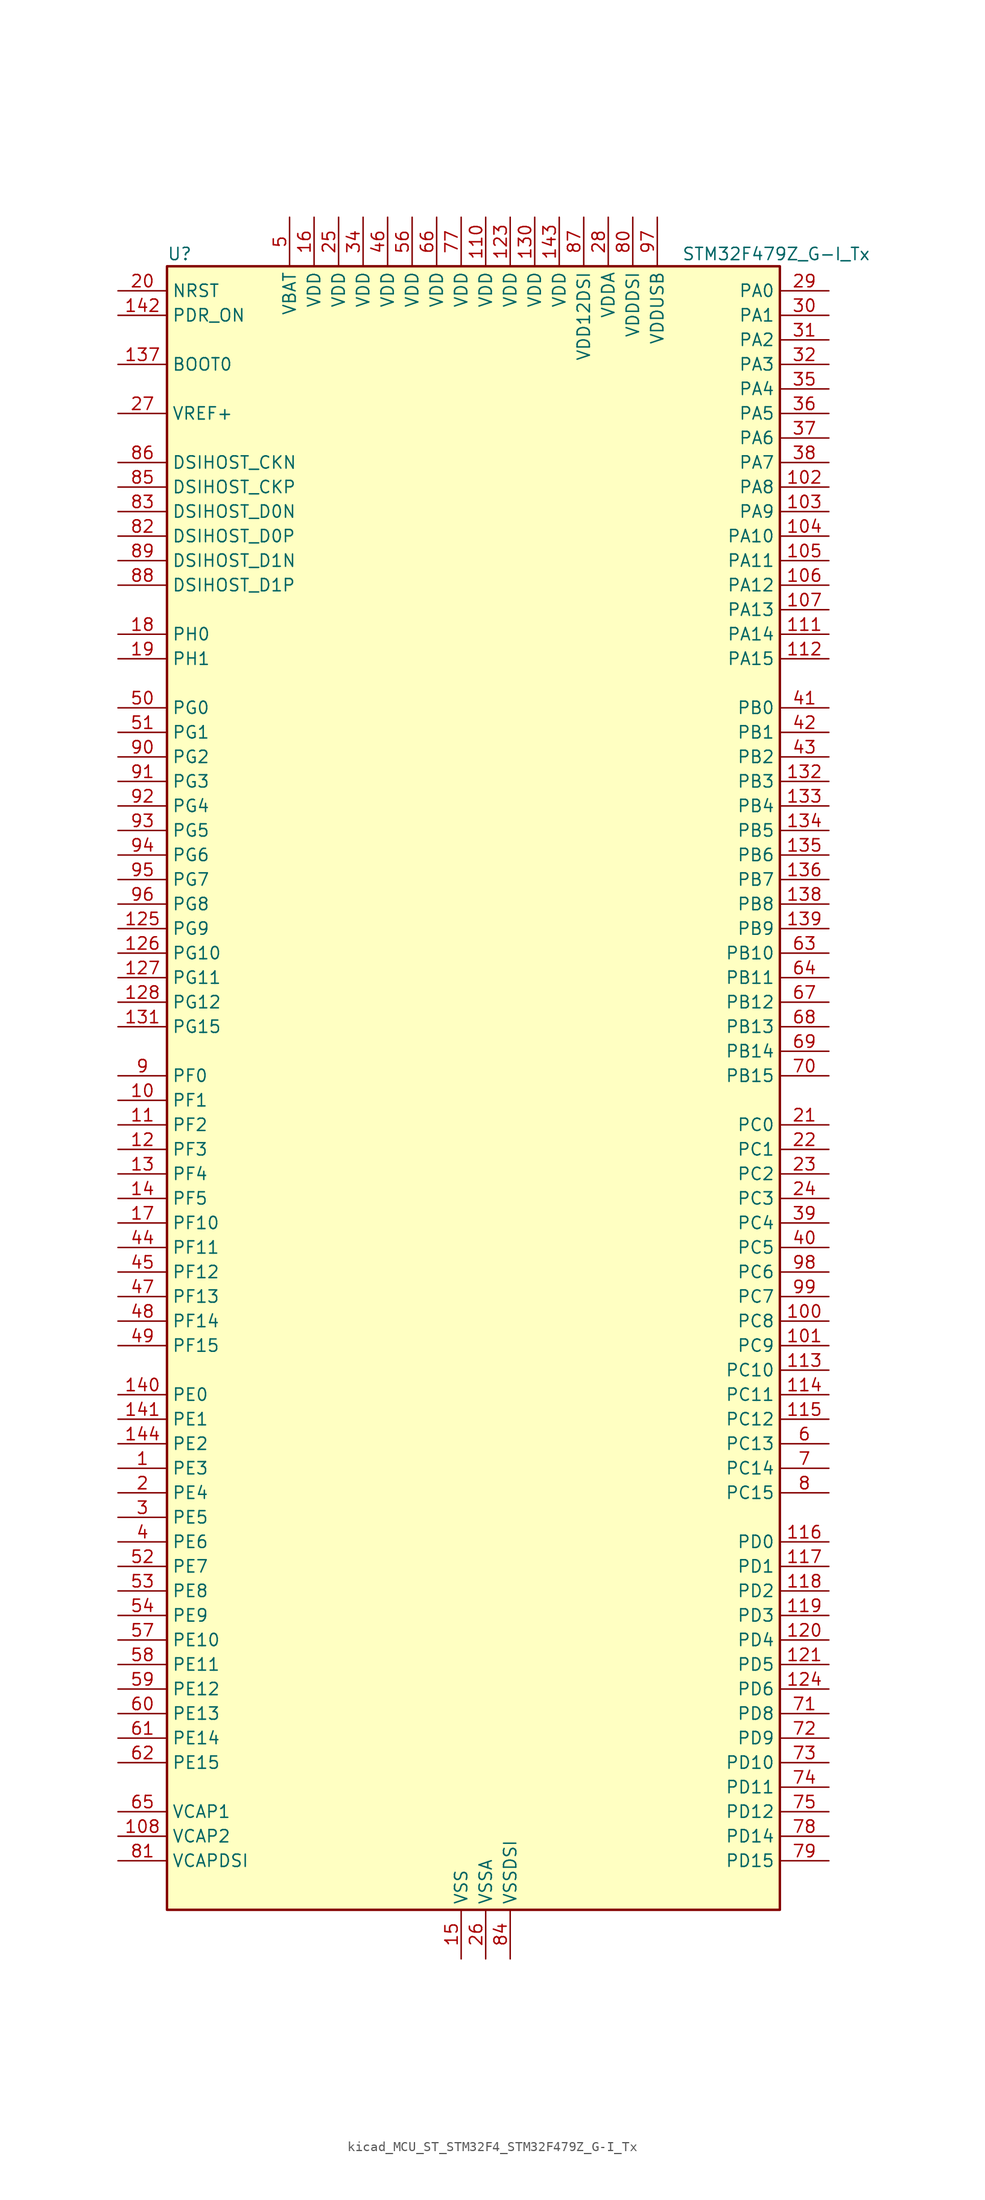
<source format=kicad_sym>
(kicad_symbol_lib
  (version 20220914)
  (generator kicad_symbol_editor)
  (symbol "kicad_MCU_ST_STM32F4_STM32F479Z_G-I_Tx"
    (property "Reference" "U"
      (at -30.48 87.63 0)
      (effects (font (size 1.27 1.27)) (justify left)))
    (property "Value" "STM32F479Z_G-I_Tx"
      (at 22.86 87.63 0)
      (effects (font (size 1.27 1.27)) (justify left)))
    (property "ki_locked" ""
      (at 0 0 0)
      (effects (font (size 1.27 1.27))))
    (symbol "kicad_MCU_ST_STM32F4_STM32F479Z_G-I_Tx_0_1"
      (rectangle (start -30.48 -83.82) (end 33.02 86.36) (stroke (width 0.254) (type default)) (fill (type background))))
    (symbol "kicad_MCU_ST_STM32F4_STM32F479Z_G-I_Tx_1_1"
      (pin bidirectional line (at -35.56 -38.1 0) (length 5.08) (name "PE3" (effects (font (size 1.27 1.27)))) (number "1" (effects (font (size 1.27 1.27)))) (alternate "FMC_A19" bidirectional line) (alternate "SAI1_SD_B" bidirectional line) (alternate "SYS_TRACED0" bidirectional line))
      (pin bidirectional line (at -35.56 0 0) (length 5.08) (name "PF1" (effects (font (size 1.27 1.27)))) (number "10" (effects (font (size 1.27 1.27)))) (alternate "FMC_A1" bidirectional line) (alternate "I2C2_SCL" bidirectional line))
      (pin bidirectional line (at 38.1 -22.86 180) (length 5.08) (name "PC8" (effects (font (size 1.27 1.27)))) (number "100" (effects (font (size 1.27 1.27)))) (alternate "DCMI_D2" bidirectional line) (alternate "SDIO_D0" bidirectional line) (alternate "SYS_TRACED1" bidirectional line) (alternate "TIM3_CH3" bidirectional line) (alternate "TIM8_CH3" bidirectional line) (alternate "USART6_CK" bidirectional line))
      (pin bidirectional line (at 38.1 -25.4 180) (length 5.08) (name "PC9" (effects (font (size 1.27 1.27)))) (number "101" (effects (font (size 1.27 1.27)))) (alternate "DAC_EXTI9" bidirectional line) (alternate "DCMI_D3" bidirectional line) (alternate "I2C3_SDA" bidirectional line) (alternate "I2S_CKIN" bidirectional line) (alternate "QUADSPI_BK1_IO0" bidirectional line) (alternate "RCC_MCO_2" bidirectional line) (alternate "SDIO_D1" bidirectional line) (alternate "TIM3_CH4" bidirectional line) (alternate "TIM8_CH4" bidirectional line))
      (pin bidirectional line (at 38.1 63.5 180) (length 5.08) (name "PA8" (effects (font (size 1.27 1.27)))) (number "102" (effects (font (size 1.27 1.27)))) (alternate "I2C3_SCL" bidirectional line) (alternate "LTDC_R6" bidirectional line) (alternate "RCC_MCO_1" bidirectional line) (alternate "TIM1_CH1" bidirectional line) (alternate "USART1_CK" bidirectional line) (alternate "USB_OTG_FS_SOF" bidirectional line))
      (pin bidirectional line (at 38.1 60.96 180) (length 5.08) (name "PA9" (effects (font (size 1.27 1.27)))) (number "103" (effects (font (size 1.27 1.27)))) (alternate "DAC_EXTI9" bidirectional line) (alternate "DCMI_D0" bidirectional line) (alternate "I2C3_SMBA" bidirectional line) (alternate "I2S2_CK" bidirectional line) (alternate "SPI2_SCK" bidirectional line) (alternate "TIM1_CH2" bidirectional line) (alternate "USART1_TX" bidirectional line) (alternate "USB_OTG_FS_VBUS" bidirectional line))
      (pin bidirectional line (at 38.1 58.42 180) (length 5.08) (name "PA10" (effects (font (size 1.27 1.27)))) (number "104" (effects (font (size 1.27 1.27)))) (alternate "DCMI_D1" bidirectional line) (alternate "TIM1_CH3" bidirectional line) (alternate "USART1_RX" bidirectional line) (alternate "USB_OTG_FS_ID" bidirectional line))
      (pin bidirectional line (at 38.1 55.88 180) (length 5.08) (name "PA11" (effects (font (size 1.27 1.27)))) (number "105" (effects (font (size 1.27 1.27)))) (alternate "ADC1_EXTI11" bidirectional line) (alternate "ADC2_EXTI11" bidirectional line) (alternate "ADC3_EXTI11" bidirectional line) (alternate "CAN1_RX" bidirectional line) (alternate "LTDC_R4" bidirectional line) (alternate "TIM1_CH4" bidirectional line) (alternate "USART1_CTS" bidirectional line) (alternate "USB_OTG_FS_DM" bidirectional line))
      (pin bidirectional line (at 38.1 53.34 180) (length 5.08) (name "PA12" (effects (font (size 1.27 1.27)))) (number "106" (effects (font (size 1.27 1.27)))) (alternate "CAN1_TX" bidirectional line) (alternate "LTDC_R5" bidirectional line) (alternate "TIM1_ETR" bidirectional line) (alternate "USART1_RTS" bidirectional line) (alternate "USB_OTG_FS_DP" bidirectional line))
      (pin bidirectional line (at 38.1 50.8 180) (length 5.08) (name "PA13" (effects (font (size 1.27 1.27)))) (number "107" (effects (font (size 1.27 1.27)))) (alternate "SYS_JTMS-SWDIO" bidirectional line))
      (pin power_out line (at -35.56 -76.2 0) (length 5.08) (name "VCAP2" (effects (font (size 1.27 1.27)))) (number "108" (effects (font (size 1.27 1.27)))))
      (pin passive line (at 0 -88.9 90) (length 5.08) hide (name "VSS" (effects (font (size 1.27 1.27)))) (number "109" (effects (font (size 1.27 1.27)))))
      (pin bidirectional line (at -35.56 -2.54 0) (length 5.08) (name "PF2" (effects (font (size 1.27 1.27)))) (number "11" (effects (font (size 1.27 1.27)))) (alternate "FMC_A2" bidirectional line) (alternate "I2C2_SMBA" bidirectional line))
      (pin power_in line (at 2.54 91.44 270) (length 5.08) (name "VDD" (effects (font (size 1.27 1.27)))) (number "110" (effects (font (size 1.27 1.27)))))
      (pin bidirectional line (at 38.1 48.26 180) (length 5.08) (name "PA14" (effects (font (size 1.27 1.27)))) (number "111" (effects (font (size 1.27 1.27)))) (alternate "SYS_JTCK-SWCLK" bidirectional line))
      (pin bidirectional line (at 38.1 45.72 180) (length 5.08) (name "PA15" (effects (font (size 1.27 1.27)))) (number "112" (effects (font (size 1.27 1.27)))) (alternate "ADC1_EXTI15" bidirectional line) (alternate "ADC2_EXTI15" bidirectional line) (alternate "ADC3_EXTI15" bidirectional line) (alternate "I2S3_WS" bidirectional line) (alternate "SPI1_NSS" bidirectional line) (alternate "SPI3_NSS" bidirectional line) (alternate "SYS_JTDI" bidirectional line) (alternate "TIM2_CH1" bidirectional line) (alternate "TIM2_ETR" bidirectional line))
      (pin bidirectional line (at 38.1 -27.94 180) (length 5.08) (name "PC10" (effects (font (size 1.27 1.27)))) (number "113" (effects (font (size 1.27 1.27)))) (alternate "DCMI_D8" bidirectional line) (alternate "I2S3_CK" bidirectional line) (alternate "LTDC_R2" bidirectional line) (alternate "QUADSPI_BK1_IO1" bidirectional line) (alternate "SDIO_D2" bidirectional line) (alternate "SPI3_SCK" bidirectional line) (alternate "UART4_TX" bidirectional line) (alternate "USART3_TX" bidirectional line))
      (pin bidirectional line (at 38.1 -30.48 180) (length 5.08) (name "PC11" (effects (font (size 1.27 1.27)))) (number "114" (effects (font (size 1.27 1.27)))) (alternate "ADC1_EXTI11" bidirectional line) (alternate "ADC2_EXTI11" bidirectional line) (alternate "ADC3_EXTI11" bidirectional line) (alternate "DCMI_D4" bidirectional line) (alternate "I2S3_ext_SD" bidirectional line) (alternate "QUADSPI_BK2_NCS" bidirectional line) (alternate "SDIO_D3" bidirectional line) (alternate "SPI3_MISO" bidirectional line) (alternate "UART4_RX" bidirectional line) (alternate "USART3_RX" bidirectional line))
      (pin bidirectional line (at 38.1 -33.02 180) (length 5.08) (name "PC12" (effects (font (size 1.27 1.27)))) (number "115" (effects (font (size 1.27 1.27)))) (alternate "DCMI_D9" bidirectional line) (alternate "I2S3_SD" bidirectional line) (alternate "SDIO_CK" bidirectional line) (alternate "SPI3_MOSI" bidirectional line) (alternate "SYS_TRACED3" bidirectional line) (alternate "UART5_TX" bidirectional line) (alternate "USART3_CK" bidirectional line))
      (pin bidirectional line (at 38.1 -45.72 180) (length 5.08) (name "PD0" (effects (font (size 1.27 1.27)))) (number "116" (effects (font (size 1.27 1.27)))) (alternate "CAN1_RX" bidirectional line) (alternate "FMC_D2" bidirectional line) (alternate "FMC_DA2" bidirectional line))
      (pin bidirectional line (at 38.1 -48.26 180) (length 5.08) (name "PD1" (effects (font (size 1.27 1.27)))) (number "117" (effects (font (size 1.27 1.27)))) (alternate "CAN1_TX" bidirectional line) (alternate "FMC_D3" bidirectional line) (alternate "FMC_DA3" bidirectional line))
      (pin bidirectional line (at 38.1 -50.8 180) (length 5.08) (name "PD2" (effects (font (size 1.27 1.27)))) (number "118" (effects (font (size 1.27 1.27)))) (alternate "DCMI_D11" bidirectional line) (alternate "SDIO_CMD" bidirectional line) (alternate "SYS_TRACED2" bidirectional line) (alternate "TIM3_ETR" bidirectional line) (alternate "UART5_RX" bidirectional line))
      (pin bidirectional line (at 38.1 -53.34 180) (length 5.08) (name "PD3" (effects (font (size 1.27 1.27)))) (number "119" (effects (font (size 1.27 1.27)))) (alternate "DCMI_D5" bidirectional line) (alternate "FMC_CLK" bidirectional line) (alternate "I2S2_CK" bidirectional line) (alternate "LTDC_G7" bidirectional line) (alternate "SPI2_SCK" bidirectional line) (alternate "USART2_CTS" bidirectional line))
      (pin bidirectional line (at -35.56 -5.08 0) (length 5.08) (name "PF3" (effects (font (size 1.27 1.27)))) (number "12" (effects (font (size 1.27 1.27)))) (alternate "ADC3_IN9" bidirectional line) (alternate "FMC_A3" bidirectional line))
      (pin bidirectional line (at 38.1 -55.88 180) (length 5.08) (name "PD4" (effects (font (size 1.27 1.27)))) (number "120" (effects (font (size 1.27 1.27)))) (alternate "FMC_NOE" bidirectional line) (alternate "USART2_RTS" bidirectional line))
      (pin bidirectional line (at 38.1 -58.42 180) (length 5.08) (name "PD5" (effects (font (size 1.27 1.27)))) (number "121" (effects (font (size 1.27 1.27)))) (alternate "FMC_NWE" bidirectional line) (alternate "USART2_TX" bidirectional line))
      (pin passive line (at 0 -88.9 90) (length 5.08) hide (name "VSS" (effects (font (size 1.27 1.27)))) (number "122" (effects (font (size 1.27 1.27)))))
      (pin power_in line (at 5.08 91.44 270) (length 5.08) (name "VDD" (effects (font (size 1.27 1.27)))) (number "123" (effects (font (size 1.27 1.27)))))
      (pin bidirectional line (at 38.1 -60.96 180) (length 5.08) (name "PD6" (effects (font (size 1.27 1.27)))) (number "124" (effects (font (size 1.27 1.27)))) (alternate "DCMI_D10" bidirectional line) (alternate "FMC_NWAIT" bidirectional line) (alternate "I2S3_SD" bidirectional line) (alternate "LTDC_B2" bidirectional line) (alternate "SAI1_SD_A" bidirectional line) (alternate "SPI3_MOSI" bidirectional line) (alternate "USART2_RX" bidirectional line))
      (pin bidirectional line (at -35.56 17.78 0) (length 5.08) (name "PG9" (effects (font (size 1.27 1.27)))) (number "125" (effects (font (size 1.27 1.27)))) (alternate "DAC_EXTI9" bidirectional line) (alternate "DCMI_VSYNC" bidirectional line) (alternate "FMC_NCE" bidirectional line) (alternate "FMC_NE2" bidirectional line) (alternate "QUADSPI_BK2_IO2" bidirectional line) (alternate "USART6_RX" bidirectional line))
      (pin bidirectional line (at -35.56 15.24 0) (length 5.08) (name "PG10" (effects (font (size 1.27 1.27)))) (number "126" (effects (font (size 1.27 1.27)))) (alternate "DCMI_D2" bidirectional line) (alternate "FMC_NE3" bidirectional line) (alternate "LTDC_B2" bidirectional line) (alternate "LTDC_G3" bidirectional line))
      (pin bidirectional line (at -35.56 12.7 0) (length 5.08) (name "PG11" (effects (font (size 1.27 1.27)))) (number "127" (effects (font (size 1.27 1.27)))) (alternate "ADC1_EXTI11" bidirectional line) (alternate "ADC2_EXTI11" bidirectional line) (alternate "ADC3_EXTI11" bidirectional line) (alternate "DCMI_D3" bidirectional line) (alternate "LTDC_B3" bidirectional line))
      (pin bidirectional line (at -35.56 10.16 0) (length 5.08) (name "PG12" (effects (font (size 1.27 1.27)))) (number "128" (effects (font (size 1.27 1.27)))) (alternate "FMC_NE4" bidirectional line) (alternate "LTDC_B1" bidirectional line) (alternate "LTDC_B4" bidirectional line) (alternate "USART6_RTS" bidirectional line))
      (pin passive line (at 0 -88.9 90) (length 5.08) hide (name "VSS" (effects (font (size 1.27 1.27)))) (number "129" (effects (font (size 1.27 1.27)))))
      (pin bidirectional line (at -35.56 -7.62 0) (length 5.08) (name "PF4" (effects (font (size 1.27 1.27)))) (number "13" (effects (font (size 1.27 1.27)))) (alternate "ADC3_IN14" bidirectional line) (alternate "FMC_A4" bidirectional line))
      (pin power_in line (at 7.62 91.44 270) (length 5.08) (name "VDD" (effects (font (size 1.27 1.27)))) (number "130" (effects (font (size 1.27 1.27)))))
      (pin bidirectional line (at -35.56 7.62 0) (length 5.08) (name "PG15" (effects (font (size 1.27 1.27)))) (number "131" (effects (font (size 1.27 1.27)))) (alternate "ADC1_EXTI15" bidirectional line) (alternate "ADC2_EXTI15" bidirectional line) (alternate "ADC3_EXTI15" bidirectional line) (alternate "DCMI_D13" bidirectional line) (alternate "FMC_SDNCAS" bidirectional line) (alternate "USART6_CTS" bidirectional line))
      (pin bidirectional line (at 38.1 33.02 180) (length 5.08) (name "PB3" (effects (font (size 1.27 1.27)))) (number "132" (effects (font (size 1.27 1.27)))) (alternate "I2S3_CK" bidirectional line) (alternate "SPI1_SCK" bidirectional line) (alternate "SPI3_SCK" bidirectional line) (alternate "SYS_JTDO-SWO" bidirectional line) (alternate "TIM2_CH2" bidirectional line))
      (pin bidirectional line (at 38.1 30.48 180) (length 5.08) (name "PB4" (effects (font (size 1.27 1.27)))) (number "133" (effects (font (size 1.27 1.27)))) (alternate "I2S3_ext_SD" bidirectional line) (alternate "SPI1_MISO" bidirectional line) (alternate "SPI3_MISO" bidirectional line) (alternate "SYS_JTRST" bidirectional line) (alternate "TIM3_CH1" bidirectional line))
      (pin bidirectional line (at 38.1 27.94 180) (length 5.08) (name "PB5" (effects (font (size 1.27 1.27)))) (number "134" (effects (font (size 1.27 1.27)))) (alternate "CAN2_RX" bidirectional line) (alternate "DCMI_D10" bidirectional line) (alternate "FMC_SDCKE1" bidirectional line) (alternate "I2C1_SMBA" bidirectional line) (alternate "I2S3_SD" bidirectional line) (alternate "LTDC_G7" bidirectional line) (alternate "SPI1_MOSI" bidirectional line) (alternate "SPI3_MOSI" bidirectional line) (alternate "TIM3_CH2" bidirectional line) (alternate "USB_OTG_HS_ULPI_D7" bidirectional line))
      (pin bidirectional line (at 38.1 25.4 180) (length 5.08) (name "PB6" (effects (font (size 1.27 1.27)))) (number "135" (effects (font (size 1.27 1.27)))) (alternate "CAN2_TX" bidirectional line) (alternate "DCMI_D5" bidirectional line) (alternate "FMC_SDNE1" bidirectional line) (alternate "I2C1_SCL" bidirectional line) (alternate "QUADSPI_BK1_NCS" bidirectional line) (alternate "TIM4_CH1" bidirectional line) (alternate "USART1_TX" bidirectional line))
      (pin bidirectional line (at 38.1 22.86 180) (length 5.08) (name "PB7" (effects (font (size 1.27 1.27)))) (number "136" (effects (font (size 1.27 1.27)))) (alternate "DCMI_VSYNC" bidirectional line) (alternate "FMC_NL" bidirectional line) (alternate "I2C1_SDA" bidirectional line) (alternate "TIM4_CH2" bidirectional line) (alternate "USART1_RX" bidirectional line))
      (pin input line (at -35.56 76.2 0) (length 5.08) (name "BOOT0" (effects (font (size 1.27 1.27)))) (number "137" (effects (font (size 1.27 1.27)))))
      (pin bidirectional line (at 38.1 20.32 180) (length 5.08) (name "PB8" (effects (font (size 1.27 1.27)))) (number "138" (effects (font (size 1.27 1.27)))) (alternate "CAN1_RX" bidirectional line) (alternate "DCMI_D6" bidirectional line) (alternate "I2C1_SCL" bidirectional line) (alternate "LTDC_B6" bidirectional line) (alternate "SDIO_D4" bidirectional line) (alternate "TIM10_CH1" bidirectional line) (alternate "TIM4_CH3" bidirectional line))
      (pin bidirectional line (at 38.1 17.78 180) (length 5.08) (name "PB9" (effects (font (size 1.27 1.27)))) (number "139" (effects (font (size 1.27 1.27)))) (alternate "CAN1_TX" bidirectional line) (alternate "DAC_EXTI9" bidirectional line) (alternate "DCMI_D7" bidirectional line) (alternate "I2C1_SDA" bidirectional line) (alternate "I2S2_WS" bidirectional line) (alternate "LTDC_B7" bidirectional line) (alternate "SDIO_D5" bidirectional line) (alternate "SPI2_NSS" bidirectional line) (alternate "TIM11_CH1" bidirectional line) (alternate "TIM4_CH4" bidirectional line))
      (pin bidirectional line (at -35.56 -10.16 0) (length 5.08) (name "PF5" (effects (font (size 1.27 1.27)))) (number "14" (effects (font (size 1.27 1.27)))) (alternate "ADC3_IN15" bidirectional line) (alternate "FMC_A5" bidirectional line))
      (pin bidirectional line (at -35.56 -30.48 0) (length 5.08) (name "PE0" (effects (font (size 1.27 1.27)))) (number "140" (effects (font (size 1.27 1.27)))) (alternate "DCMI_D2" bidirectional line) (alternate "FMC_NBL0" bidirectional line) (alternate "TIM4_ETR" bidirectional line) (alternate "UART8_RX" bidirectional line))
      (pin bidirectional line (at -35.56 -33.02 0) (length 5.08) (name "PE1" (effects (font (size 1.27 1.27)))) (number "141" (effects (font (size 1.27 1.27)))) (alternate "DCMI_D3" bidirectional line) (alternate "FMC_NBL1" bidirectional line) (alternate "UART8_TX" bidirectional line))
      (pin input line (at -35.56 81.28 0) (length 5.08) (name "PDR_ON" (effects (font (size 1.27 1.27)))) (number "142" (effects (font (size 1.27 1.27)))))
      (pin power_in line (at 10.16 91.44 270) (length 5.08) (name "VDD" (effects (font (size 1.27 1.27)))) (number "143" (effects (font (size 1.27 1.27)))))
      (pin bidirectional line (at -35.56 -35.56 0) (length 5.08) (name "PE2" (effects (font (size 1.27 1.27)))) (number "144" (effects (font (size 1.27 1.27)))) (alternate "FMC_A23" bidirectional line) (alternate "QUADSPI_BK1_IO2" bidirectional line) (alternate "SAI1_MCLK_A" bidirectional line) (alternate "SPI4_SCK" bidirectional line) (alternate "SYS_TRACECLK" bidirectional line))
      (pin power_in line (at 0 -88.9 90) (length 5.08) (name "VSS" (effects (font (size 1.27 1.27)))) (number "15" (effects (font (size 1.27 1.27)))))
      (pin power_in line (at -15.24 91.44 270) (length 5.08) (name "VDD" (effects (font (size 1.27 1.27)))) (number "16" (effects (font (size 1.27 1.27)))))
      (pin bidirectional line (at -35.56 -12.7 0) (length 5.08) (name "PF10" (effects (font (size 1.27 1.27)))) (number "17" (effects (font (size 1.27 1.27)))) (alternate "ADC3_IN8" bidirectional line) (alternate "DCMI_D11" bidirectional line) (alternate "LTDC_DE" bidirectional line) (alternate "QUADSPI_CLK" bidirectional line))
      (pin bidirectional line (at -35.56 48.26 0) (length 5.08) (name "PH0" (effects (font (size 1.27 1.27)))) (number "18" (effects (font (size 1.27 1.27)))) (alternate "RCC_OSC_IN" bidirectional line))
      (pin bidirectional line (at -35.56 45.72 0) (length 5.08) (name "PH1" (effects (font (size 1.27 1.27)))) (number "19" (effects (font (size 1.27 1.27)))) (alternate "RCC_OSC_OUT" bidirectional line))
      (pin bidirectional line (at -35.56 -40.64 0) (length 5.08) (name "PE4" (effects (font (size 1.27 1.27)))) (number "2" (effects (font (size 1.27 1.27)))) (alternate "DCMI_D4" bidirectional line) (alternate "FMC_A20" bidirectional line) (alternate "LTDC_B0" bidirectional line) (alternate "SAI1_FS_A" bidirectional line) (alternate "SPI4_NSS" bidirectional line) (alternate "SYS_TRACED1" bidirectional line))
      (pin input line (at -35.56 83.82 0) (length 5.08) (name "NRST" (effects (font (size 1.27 1.27)))) (number "20" (effects (font (size 1.27 1.27)))))
      (pin bidirectional line (at 38.1 -2.54 180) (length 5.08) (name "PC0" (effects (font (size 1.27 1.27)))) (number "21" (effects (font (size 1.27 1.27)))) (alternate "ADC1_IN10" bidirectional line) (alternate "ADC2_IN10" bidirectional line) (alternate "ADC3_IN10" bidirectional line) (alternate "FMC_SDNWE" bidirectional line) (alternate "LTDC_R5" bidirectional line) (alternate "USB_OTG_HS_ULPI_STP" bidirectional line))
      (pin bidirectional line (at 38.1 -5.08 180) (length 5.08) (name "PC1" (effects (font (size 1.27 1.27)))) (number "22" (effects (font (size 1.27 1.27)))) (alternate "ADC1_IN11" bidirectional line) (alternate "ADC2_IN11" bidirectional line) (alternate "ADC3_IN11" bidirectional line) (alternate "I2S2_SD" bidirectional line) (alternate "SAI1_SD_A" bidirectional line) (alternate "SPI2_MOSI" bidirectional line) (alternate "SYS_TRACED0" bidirectional line))
      (pin bidirectional line (at 38.1 -7.62 180) (length 5.08) (name "PC2" (effects (font (size 1.27 1.27)))) (number "23" (effects (font (size 1.27 1.27)))) (alternate "ADC1_IN12" bidirectional line) (alternate "ADC2_IN12" bidirectional line) (alternate "ADC3_IN12" bidirectional line) (alternate "FMC_SDNE0" bidirectional line) (alternate "I2S2_ext_SD" bidirectional line) (alternate "SPI2_MISO" bidirectional line) (alternate "USB_OTG_HS_ULPI_DIR" bidirectional line))
      (pin bidirectional line (at 38.1 -10.16 180) (length 5.08) (name "PC3" (effects (font (size 1.27 1.27)))) (number "24" (effects (font (size 1.27 1.27)))) (alternate "ADC1_IN13" bidirectional line) (alternate "ADC2_IN13" bidirectional line) (alternate "ADC3_IN13" bidirectional line) (alternate "FMC_SDCKE0" bidirectional line) (alternate "I2S2_SD" bidirectional line) (alternate "SPI2_MOSI" bidirectional line) (alternate "USB_OTG_HS_ULPI_NXT" bidirectional line))
      (pin power_in line (at -12.7 91.44 270) (length 5.08) (name "VDD" (effects (font (size 1.27 1.27)))) (number "25" (effects (font (size 1.27 1.27)))))
      (pin power_in line (at 2.54 -88.9 90) (length 5.08) (name "VSSA" (effects (font (size 1.27 1.27)))) (number "26" (effects (font (size 1.27 1.27)))))
      (pin input line (at -35.56 71.12 0) (length 5.08) (name "VREF+" (effects (font (size 1.27 1.27)))) (number "27" (effects (font (size 1.27 1.27)))))
      (pin power_in line (at 15.24 91.44 270) (length 5.08) (name "VDDA" (effects (font (size 1.27 1.27)))) (number "28" (effects (font (size 1.27 1.27)))))
      (pin bidirectional line (at 38.1 83.82 180) (length 5.08) (name "PA0" (effects (font (size 1.27 1.27)))) (number "29" (effects (font (size 1.27 1.27)))) (alternate "ADC1_IN0" bidirectional line) (alternate "ADC2_IN0" bidirectional line) (alternate "ADC3_IN0" bidirectional line) (alternate "SYS_WKUP" bidirectional line) (alternate "TIM2_CH1" bidirectional line) (alternate "TIM2_ETR" bidirectional line) (alternate "TIM5_CH1" bidirectional line) (alternate "TIM8_ETR" bidirectional line) (alternate "UART4_TX" bidirectional line) (alternate "USART2_CTS" bidirectional line))
      (pin bidirectional line (at -35.56 -43.18 0) (length 5.08) (name "PE5" (effects (font (size 1.27 1.27)))) (number "3" (effects (font (size 1.27 1.27)))) (alternate "DCMI_D6" bidirectional line) (alternate "FMC_A21" bidirectional line) (alternate "LTDC_G0" bidirectional line) (alternate "SAI1_SCK_A" bidirectional line) (alternate "SPI4_MISO" bidirectional line) (alternate "SYS_TRACED2" bidirectional line) (alternate "TIM9_CH1" bidirectional line))
      (pin bidirectional line (at 38.1 81.28 180) (length 5.08) (name "PA1" (effects (font (size 1.27 1.27)))) (number "30" (effects (font (size 1.27 1.27)))) (alternate "ADC1_IN1" bidirectional line) (alternate "ADC2_IN1" bidirectional line) (alternate "ADC3_IN1" bidirectional line) (alternate "LTDC_R2" bidirectional line) (alternate "QUADSPI_BK1_IO3" bidirectional line) (alternate "TIM2_CH2" bidirectional line) (alternate "TIM5_CH2" bidirectional line) (alternate "UART4_RX" bidirectional line) (alternate "USART2_RTS" bidirectional line))
      (pin bidirectional line (at 38.1 78.74 180) (length 5.08) (name "PA2" (effects (font (size 1.27 1.27)))) (number "31" (effects (font (size 1.27 1.27)))) (alternate "ADC1_IN2" bidirectional line) (alternate "ADC2_IN2" bidirectional line) (alternate "ADC3_IN2" bidirectional line) (alternate "LTDC_R1" bidirectional line) (alternate "TIM2_CH3" bidirectional line) (alternate "TIM5_CH3" bidirectional line) (alternate "TIM9_CH1" bidirectional line) (alternate "USART2_TX" bidirectional line))
      (pin bidirectional line (at 38.1 76.2 180) (length 5.08) (name "PA3" (effects (font (size 1.27 1.27)))) (number "32" (effects (font (size 1.27 1.27)))) (alternate "ADC1_IN3" bidirectional line) (alternate "ADC2_IN3" bidirectional line) (alternate "ADC3_IN3" bidirectional line) (alternate "LTDC_B2" bidirectional line) (alternate "LTDC_B5" bidirectional line) (alternate "TIM2_CH4" bidirectional line) (alternate "TIM5_CH4" bidirectional line) (alternate "TIM9_CH2" bidirectional line) (alternate "USART2_RX" bidirectional line) (alternate "USB_OTG_HS_ULPI_D0" bidirectional line))
      (pin passive line (at 0 -88.9 90) (length 5.08) hide (name "VSS" (effects (font (size 1.27 1.27)))) (number "33" (effects (font (size 1.27 1.27)))))
      (pin power_in line (at -10.16 91.44 270) (length 5.08) (name "VDD" (effects (font (size 1.27 1.27)))) (number "34" (effects (font (size 1.27 1.27)))))
      (pin bidirectional line (at 38.1 73.66 180) (length 5.08) (name "PA4" (effects (font (size 1.27 1.27)))) (number "35" (effects (font (size 1.27 1.27)))) (alternate "ADC1_IN4" bidirectional line) (alternate "ADC2_IN4" bidirectional line) (alternate "DAC_OUT1" bidirectional line) (alternate "DCMI_HSYNC" bidirectional line) (alternate "I2S3_WS" bidirectional line) (alternate "LTDC_VSYNC" bidirectional line) (alternate "SPI1_NSS" bidirectional line) (alternate "SPI3_NSS" bidirectional line) (alternate "USART2_CK" bidirectional line) (alternate "USB_OTG_HS_SOF" bidirectional line))
      (pin bidirectional line (at 38.1 71.12 180) (length 5.08) (name "PA5" (effects (font (size 1.27 1.27)))) (number "36" (effects (font (size 1.27 1.27)))) (alternate "ADC1_IN5" bidirectional line) (alternate "ADC2_IN5" bidirectional line) (alternate "DAC_OUT2" bidirectional line) (alternate "LTDC_R4" bidirectional line) (alternate "SPI1_SCK" bidirectional line) (alternate "TIM2_CH1" bidirectional line) (alternate "TIM2_ETR" bidirectional line) (alternate "TIM8_CH1N" bidirectional line) (alternate "USB_OTG_HS_ULPI_CK" bidirectional line))
      (pin bidirectional line (at 38.1 68.58 180) (length 5.08) (name "PA6" (effects (font (size 1.27 1.27)))) (number "37" (effects (font (size 1.27 1.27)))) (alternate "ADC1_IN6" bidirectional line) (alternate "ADC2_IN6" bidirectional line) (alternate "DCMI_PIXCLK" bidirectional line) (alternate "LTDC_G2" bidirectional line) (alternate "SPI1_MISO" bidirectional line) (alternate "TIM13_CH1" bidirectional line) (alternate "TIM1_BKIN" bidirectional line) (alternate "TIM3_CH1" bidirectional line) (alternate "TIM8_BKIN" bidirectional line))
      (pin bidirectional line (at 38.1 66.04 180) (length 5.08) (name "PA7" (effects (font (size 1.27 1.27)))) (number "38" (effects (font (size 1.27 1.27)))) (alternate "ADC1_IN7" bidirectional line) (alternate "ADC2_IN7" bidirectional line) (alternate "FMC_SDNWE" bidirectional line) (alternate "QUADSPI_CLK" bidirectional line) (alternate "SPI1_MOSI" bidirectional line) (alternate "TIM14_CH1" bidirectional line) (alternate "TIM1_CH1N" bidirectional line) (alternate "TIM3_CH2" bidirectional line) (alternate "TIM8_CH1N" bidirectional line))
      (pin bidirectional line (at 38.1 -12.7 180) (length 5.08) (name "PC4" (effects (font (size 1.27 1.27)))) (number "39" (effects (font (size 1.27 1.27)))) (alternate "ADC1_IN14" bidirectional line) (alternate "ADC2_IN14" bidirectional line) (alternate "FMC_SDNE0" bidirectional line))
      (pin bidirectional line (at -35.56 -45.72 0) (length 5.08) (name "PE6" (effects (font (size 1.27 1.27)))) (number "4" (effects (font (size 1.27 1.27)))) (alternate "DCMI_D7" bidirectional line) (alternate "FMC_A22" bidirectional line) (alternate "LTDC_G1" bidirectional line) (alternate "SAI1_SD_A" bidirectional line) (alternate "SPI4_MOSI" bidirectional line) (alternate "SYS_TRACED3" bidirectional line) (alternate "TIM9_CH2" bidirectional line))
      (pin bidirectional line (at 38.1 -15.24 180) (length 5.08) (name "PC5" (effects (font (size 1.27 1.27)))) (number "40" (effects (font (size 1.27 1.27)))) (alternate "ADC1_IN15" bidirectional line) (alternate "ADC2_IN15" bidirectional line) (alternate "FMC_SDCKE0" bidirectional line))
      (pin bidirectional line (at 38.1 40.64 180) (length 5.08) (name "PB0" (effects (font (size 1.27 1.27)))) (number "41" (effects (font (size 1.27 1.27)))) (alternate "ADC1_IN8" bidirectional line) (alternate "ADC2_IN8" bidirectional line) (alternate "LTDC_G1" bidirectional line) (alternate "LTDC_R3" bidirectional line) (alternate "TIM1_CH2N" bidirectional line) (alternate "TIM3_CH3" bidirectional line) (alternate "TIM8_CH2N" bidirectional line) (alternate "USB_OTG_HS_ULPI_D1" bidirectional line))
      (pin bidirectional line (at 38.1 38.1 180) (length 5.08) (name "PB1" (effects (font (size 1.27 1.27)))) (number "42" (effects (font (size 1.27 1.27)))) (alternate "ADC1_IN9" bidirectional line) (alternate "ADC2_IN9" bidirectional line) (alternate "LTDC_G0" bidirectional line) (alternate "LTDC_R6" bidirectional line) (alternate "TIM1_CH3N" bidirectional line) (alternate "TIM3_CH4" bidirectional line) (alternate "TIM8_CH3N" bidirectional line) (alternate "USB_OTG_HS_ULPI_D2" bidirectional line))
      (pin bidirectional line (at 38.1 35.56 180) (length 5.08) (name "PB2" (effects (font (size 1.27 1.27)))) (number "43" (effects (font (size 1.27 1.27)))))
      (pin bidirectional line (at -35.56 -15.24 0) (length 5.08) (name "PF11" (effects (font (size 1.27 1.27)))) (number "44" (effects (font (size 1.27 1.27)))) (alternate "ADC1_EXTI11" bidirectional line) (alternate "ADC2_EXTI11" bidirectional line) (alternate "ADC3_EXTI11" bidirectional line) (alternate "DCMI_D12" bidirectional line) (alternate "FMC_SDNRAS" bidirectional line))
      (pin bidirectional line (at -35.56 -17.78 0) (length 5.08) (name "PF12" (effects (font (size 1.27 1.27)))) (number "45" (effects (font (size 1.27 1.27)))) (alternate "FMC_A6" bidirectional line))
      (pin power_in line (at -7.62 91.44 270) (length 5.08) (name "VDD" (effects (font (size 1.27 1.27)))) (number "46" (effects (font (size 1.27 1.27)))))
      (pin bidirectional line (at -35.56 -20.32 0) (length 5.08) (name "PF13" (effects (font (size 1.27 1.27)))) (number "47" (effects (font (size 1.27 1.27)))) (alternate "FMC_A7" bidirectional line))
      (pin bidirectional line (at -35.56 -22.86 0) (length 5.08) (name "PF14" (effects (font (size 1.27 1.27)))) (number "48" (effects (font (size 1.27 1.27)))) (alternate "FMC_A8" bidirectional line))
      (pin bidirectional line (at -35.56 -25.4 0) (length 5.08) (name "PF15" (effects (font (size 1.27 1.27)))) (number "49" (effects (font (size 1.27 1.27)))) (alternate "ADC1_EXTI15" bidirectional line) (alternate "ADC2_EXTI15" bidirectional line) (alternate "ADC3_EXTI15" bidirectional line) (alternate "FMC_A9" bidirectional line))
      (pin power_in line (at -17.78 91.44 270) (length 5.08) (name "VBAT" (effects (font (size 1.27 1.27)))) (number "5" (effects (font (size 1.27 1.27)))))
      (pin bidirectional line (at -35.56 40.64 0) (length 5.08) (name "PG0" (effects (font (size 1.27 1.27)))) (number "50" (effects (font (size 1.27 1.27)))) (alternate "FMC_A10" bidirectional line))
      (pin bidirectional line (at -35.56 38.1 0) (length 5.08) (name "PG1" (effects (font (size 1.27 1.27)))) (number "51" (effects (font (size 1.27 1.27)))) (alternate "FMC_A11" bidirectional line))
      (pin bidirectional line (at -35.56 -48.26 0) (length 5.08) (name "PE7" (effects (font (size 1.27 1.27)))) (number "52" (effects (font (size 1.27 1.27)))) (alternate "FMC_D4" bidirectional line) (alternate "FMC_DA4" bidirectional line) (alternate "QUADSPI_BK2_IO0" bidirectional line) (alternate "TIM1_ETR" bidirectional line) (alternate "UART7_RX" bidirectional line))
      (pin bidirectional line (at -35.56 -50.8 0) (length 5.08) (name "PE8" (effects (font (size 1.27 1.27)))) (number "53" (effects (font (size 1.27 1.27)))) (alternate "FMC_D5" bidirectional line) (alternate "FMC_DA5" bidirectional line) (alternate "QUADSPI_BK2_IO1" bidirectional line) (alternate "TIM1_CH1N" bidirectional line) (alternate "UART7_TX" bidirectional line))
      (pin bidirectional line (at -35.56 -53.34 0) (length 5.08) (name "PE9" (effects (font (size 1.27 1.27)))) (number "54" (effects (font (size 1.27 1.27)))) (alternate "DAC_EXTI9" bidirectional line) (alternate "FMC_D6" bidirectional line) (alternate "FMC_DA6" bidirectional line) (alternate "QUADSPI_BK2_IO2" bidirectional line) (alternate "TIM1_CH1" bidirectional line))
      (pin passive line (at 0 -88.9 90) (length 5.08) hide (name "VSS" (effects (font (size 1.27 1.27)))) (number "55" (effects (font (size 1.27 1.27)))))
      (pin power_in line (at -5.08 91.44 270) (length 5.08) (name "VDD" (effects (font (size 1.27 1.27)))) (number "56" (effects (font (size 1.27 1.27)))))
      (pin bidirectional line (at -35.56 -55.88 0) (length 5.08) (name "PE10" (effects (font (size 1.27 1.27)))) (number "57" (effects (font (size 1.27 1.27)))) (alternate "FMC_D7" bidirectional line) (alternate "FMC_DA7" bidirectional line) (alternate "QUADSPI_BK2_IO3" bidirectional line) (alternate "TIM1_CH2N" bidirectional line))
      (pin bidirectional line (at -35.56 -58.42 0) (length 5.08) (name "PE11" (effects (font (size 1.27 1.27)))) (number "58" (effects (font (size 1.27 1.27)))) (alternate "ADC1_EXTI11" bidirectional line) (alternate "ADC2_EXTI11" bidirectional line) (alternate "ADC3_EXTI11" bidirectional line) (alternate "FMC_D8" bidirectional line) (alternate "FMC_DA8" bidirectional line) (alternate "LTDC_G3" bidirectional line) (alternate "SPI4_NSS" bidirectional line) (alternate "TIM1_CH2" bidirectional line))
      (pin bidirectional line (at -35.56 -60.96 0) (length 5.08) (name "PE12" (effects (font (size 1.27 1.27)))) (number "59" (effects (font (size 1.27 1.27)))) (alternate "FMC_D9" bidirectional line) (alternate "FMC_DA9" bidirectional line) (alternate "LTDC_B4" bidirectional line) (alternate "SPI4_SCK" bidirectional line) (alternate "TIM1_CH3N" bidirectional line))
      (pin bidirectional line (at 38.1 -35.56 180) (length 5.08) (name "PC13" (effects (font (size 1.27 1.27)))) (number "6" (effects (font (size 1.27 1.27)))) (alternate "RTC_AF1" bidirectional line))
      (pin bidirectional line (at -35.56 -63.5 0) (length 5.08) (name "PE13" (effects (font (size 1.27 1.27)))) (number "60" (effects (font (size 1.27 1.27)))) (alternate "FMC_D10" bidirectional line) (alternate "FMC_DA10" bidirectional line) (alternate "LTDC_DE" bidirectional line) (alternate "SPI4_MISO" bidirectional line) (alternate "TIM1_CH3" bidirectional line))
      (pin bidirectional line (at -35.56 -66.04 0) (length 5.08) (name "PE14" (effects (font (size 1.27 1.27)))) (number "61" (effects (font (size 1.27 1.27)))) (alternate "FMC_D11" bidirectional line) (alternate "FMC_DA11" bidirectional line) (alternate "LTDC_CLK" bidirectional line) (alternate "SPI4_MOSI" bidirectional line) (alternate "TIM1_CH4" bidirectional line))
      (pin bidirectional line (at -35.56 -68.58 0) (length 5.08) (name "PE15" (effects (font (size 1.27 1.27)))) (number "62" (effects (font (size 1.27 1.27)))) (alternate "ADC1_EXTI15" bidirectional line) (alternate "ADC2_EXTI15" bidirectional line) (alternate "ADC3_EXTI15" bidirectional line) (alternate "FMC_D12" bidirectional line) (alternate "FMC_DA12" bidirectional line) (alternate "LTDC_R7" bidirectional line) (alternate "TIM1_BKIN" bidirectional line))
      (pin bidirectional line (at 38.1 15.24 180) (length 5.08) (name "PB10" (effects (font (size 1.27 1.27)))) (number "63" (effects (font (size 1.27 1.27)))) (alternate "I2C2_SCL" bidirectional line) (alternate "I2S2_CK" bidirectional line) (alternate "LTDC_G4" bidirectional line) (alternate "QUADSPI_BK1_NCS" bidirectional line) (alternate "SPI2_SCK" bidirectional line) (alternate "TIM2_CH3" bidirectional line) (alternate "USART3_TX" bidirectional line) (alternate "USB_OTG_HS_ULPI_D3" bidirectional line))
      (pin bidirectional line (at 38.1 12.7 180) (length 5.08) (name "PB11" (effects (font (size 1.27 1.27)))) (number "64" (effects (font (size 1.27 1.27)))) (alternate "ADC1_EXTI11" bidirectional line) (alternate "ADC2_EXTI11" bidirectional line) (alternate "ADC3_EXTI11" bidirectional line) (alternate "DSIHOST_TE" bidirectional line) (alternate "I2C2_SDA" bidirectional line) (alternate "LTDC_G5" bidirectional line) (alternate "TIM2_CH4" bidirectional line) (alternate "USART3_RX" bidirectional line) (alternate "USB_OTG_HS_ULPI_D4" bidirectional line))
      (pin power_out line (at -35.56 -73.66 0) (length 5.08) (name "VCAP1" (effects (font (size 1.27 1.27)))) (number "65" (effects (font (size 1.27 1.27)))))
      (pin power_in line (at -2.54 91.44 270) (length 5.08) (name "VDD" (effects (font (size 1.27 1.27)))) (number "66" (effects (font (size 1.27 1.27)))))
      (pin bidirectional line (at 38.1 10.16 180) (length 5.08) (name "PB12" (effects (font (size 1.27 1.27)))) (number "67" (effects (font (size 1.27 1.27)))) (alternate "CAN2_RX" bidirectional line) (alternate "I2C2_SMBA" bidirectional line) (alternate "I2S2_WS" bidirectional line) (alternate "SPI2_NSS" bidirectional line) (alternate "TIM1_BKIN" bidirectional line) (alternate "USART3_CK" bidirectional line) (alternate "USB_OTG_HS_ID" bidirectional line) (alternate "USB_OTG_HS_ULPI_D5" bidirectional line))
      (pin bidirectional line (at 38.1 7.62 180) (length 5.08) (name "PB13" (effects (font (size 1.27 1.27)))) (number "68" (effects (font (size 1.27 1.27)))) (alternate "CAN2_TX" bidirectional line) (alternate "I2S2_CK" bidirectional line) (alternate "SPI2_SCK" bidirectional line) (alternate "TIM1_CH1N" bidirectional line) (alternate "USART3_CTS" bidirectional line) (alternate "USB_OTG_HS_ULPI_D6" bidirectional line) (alternate "USB_OTG_HS_VBUS" bidirectional line))
      (pin bidirectional line (at 38.1 5.08 180) (length 5.08) (name "PB14" (effects (font (size 1.27 1.27)))) (number "69" (effects (font (size 1.27 1.27)))) (alternate "I2S2_ext_SD" bidirectional line) (alternate "SPI2_MISO" bidirectional line) (alternate "TIM12_CH1" bidirectional line) (alternate "TIM1_CH2N" bidirectional line) (alternate "TIM8_CH2N" bidirectional line) (alternate "USART3_RTS" bidirectional line) (alternate "USB_OTG_HS_DM" bidirectional line))
      (pin bidirectional line (at 38.1 -38.1 180) (length 5.08) (name "PC14" (effects (font (size 1.27 1.27)))) (number "7" (effects (font (size 1.27 1.27)))) (alternate "RCC_OSC32_IN" bidirectional line))
      (pin bidirectional line (at 38.1 2.54 180) (length 5.08) (name "PB15" (effects (font (size 1.27 1.27)))) (number "70" (effects (font (size 1.27 1.27)))) (alternate "ADC1_EXTI15" bidirectional line) (alternate "ADC2_EXTI15" bidirectional line) (alternate "ADC3_EXTI15" bidirectional line) (alternate "I2S2_SD" bidirectional line) (alternate "RTC_REFIN" bidirectional line) (alternate "SPI2_MOSI" bidirectional line) (alternate "TIM12_CH2" bidirectional line) (alternate "TIM1_CH3N" bidirectional line) (alternate "TIM8_CH3N" bidirectional line) (alternate "USB_OTG_HS_DP" bidirectional line))
      (pin bidirectional line (at 38.1 -63.5 180) (length 5.08) (name "PD8" (effects (font (size 1.27 1.27)))) (number "71" (effects (font (size 1.27 1.27)))) (alternate "FMC_D13" bidirectional line) (alternate "FMC_DA13" bidirectional line) (alternate "USART3_TX" bidirectional line))
      (pin bidirectional line (at 38.1 -66.04 180) (length 5.08) (name "PD9" (effects (font (size 1.27 1.27)))) (number "72" (effects (font (size 1.27 1.27)))) (alternate "DAC_EXTI9" bidirectional line) (alternate "FMC_D14" bidirectional line) (alternate "FMC_DA14" bidirectional line) (alternate "USART3_RX" bidirectional line))
      (pin bidirectional line (at 38.1 -68.58 180) (length 5.08) (name "PD10" (effects (font (size 1.27 1.27)))) (number "73" (effects (font (size 1.27 1.27)))) (alternate "FMC_D15" bidirectional line) (alternate "FMC_DA15" bidirectional line) (alternate "LTDC_B3" bidirectional line) (alternate "USART3_CK" bidirectional line))
      (pin bidirectional line (at 38.1 -71.12 180) (length 5.08) (name "PD11" (effects (font (size 1.27 1.27)))) (number "74" (effects (font (size 1.27 1.27)))) (alternate "ADC1_EXTI11" bidirectional line) (alternate "ADC2_EXTI11" bidirectional line) (alternate "ADC3_EXTI11" bidirectional line) (alternate "FMC_A16" bidirectional line) (alternate "FMC_CLE" bidirectional line) (alternate "QUADSPI_BK1_IO0" bidirectional line) (alternate "USART3_CTS" bidirectional line))
      (pin bidirectional line (at 38.1 -73.66 180) (length 5.08) (name "PD12" (effects (font (size 1.27 1.27)))) (number "75" (effects (font (size 1.27 1.27)))) (alternate "FMC_A17" bidirectional line) (alternate "FMC_ALE" bidirectional line) (alternate "QUADSPI_BK1_IO1" bidirectional line) (alternate "TIM4_CH1" bidirectional line) (alternate "USART3_RTS" bidirectional line))
      (pin passive line (at 0 -88.9 90) (length 5.08) hide (name "VSS" (effects (font (size 1.27 1.27)))) (number "76" (effects (font (size 1.27 1.27)))))
      (pin power_in line (at 0 91.44 270) (length 5.08) (name "VDD" (effects (font (size 1.27 1.27)))) (number "77" (effects (font (size 1.27 1.27)))))
      (pin bidirectional line (at 38.1 -76.2 180) (length 5.08) (name "PD14" (effects (font (size 1.27 1.27)))) (number "78" (effects (font (size 1.27 1.27)))) (alternate "FMC_D0" bidirectional line) (alternate "FMC_DA0" bidirectional line) (alternate "TIM4_CH3" bidirectional line))
      (pin bidirectional line (at 38.1 -78.74 180) (length 5.08) (name "PD15" (effects (font (size 1.27 1.27)))) (number "79" (effects (font (size 1.27 1.27)))) (alternate "ADC1_EXTI15" bidirectional line) (alternate "ADC2_EXTI15" bidirectional line) (alternate "ADC3_EXTI15" bidirectional line) (alternate "FMC_D1" bidirectional line) (alternate "FMC_DA1" bidirectional line) (alternate "TIM4_CH4" bidirectional line))
      (pin bidirectional line (at 38.1 -40.64 180) (length 5.08) (name "PC15" (effects (font (size 1.27 1.27)))) (number "8" (effects (font (size 1.27 1.27)))) (alternate "ADC1_EXTI15" bidirectional line) (alternate "ADC2_EXTI15" bidirectional line) (alternate "ADC3_EXTI15" bidirectional line) (alternate "RCC_OSC32_OUT" bidirectional line))
      (pin power_in line (at 17.78 91.44 270) (length 5.08) (name "VDDDSI" (effects (font (size 1.27 1.27)))) (number "80" (effects (font (size 1.27 1.27)))))
      (pin power_out line (at -35.56 -78.74 0) (length 5.08) (name "VCAPDSI" (effects (font (size 1.27 1.27)))) (number "81" (effects (font (size 1.27 1.27)))))
      (pin bidirectional line (at -35.56 58.42 0) (length 5.08) (name "DSIHOST_D0P" (effects (font (size 1.27 1.27)))) (number "82" (effects (font (size 1.27 1.27)))) (alternate "DSIHOST_D0P" bidirectional line))
      (pin bidirectional line (at -35.56 60.96 0) (length 5.08) (name "DSIHOST_D0N" (effects (font (size 1.27 1.27)))) (number "83" (effects (font (size 1.27 1.27)))) (alternate "DSIHOST_D0N" bidirectional line))
      (pin power_in line (at 5.08 -88.9 90) (length 5.08) (name "VSSDSI" (effects (font (size 1.27 1.27)))) (number "84" (effects (font (size 1.27 1.27)))))
      (pin bidirectional line (at -35.56 63.5 0) (length 5.08) (name "DSIHOST_CKP" (effects (font (size 1.27 1.27)))) (number "85" (effects (font (size 1.27 1.27)))) (alternate "DSIHOST_CKP" bidirectional line))
      (pin bidirectional line (at -35.56 66.04 0) (length 5.08) (name "DSIHOST_CKN" (effects (font (size 1.27 1.27)))) (number "86" (effects (font (size 1.27 1.27)))) (alternate "DSIHOST_CKN" bidirectional line))
      (pin power_in line (at 12.7 91.44 270) (length 5.08) (name "VDD12DSI" (effects (font (size 1.27 1.27)))) (number "87" (effects (font (size 1.27 1.27)))))
      (pin bidirectional line (at -35.56 53.34 0) (length 5.08) (name "DSIHOST_D1P" (effects (font (size 1.27 1.27)))) (number "88" (effects (font (size 1.27 1.27)))) (alternate "DSIHOST_D1P" bidirectional line))
      (pin bidirectional line (at -35.56 55.88 0) (length 5.08) (name "DSIHOST_D1N" (effects (font (size 1.27 1.27)))) (number "89" (effects (font (size 1.27 1.27)))) (alternate "DSIHOST_D1N" bidirectional line))
      (pin bidirectional line (at -35.56 2.54 0) (length 5.08) (name "PF0" (effects (font (size 1.27 1.27)))) (number "9" (effects (font (size 1.27 1.27)))) (alternate "FMC_A0" bidirectional line) (alternate "I2C2_SDA" bidirectional line))
      (pin bidirectional line (at -35.56 35.56 0) (length 5.08) (name "PG2" (effects (font (size 1.27 1.27)))) (number "90" (effects (font (size 1.27 1.27)))) (alternate "FMC_A12" bidirectional line))
      (pin bidirectional line (at -35.56 33.02 0) (length 5.08) (name "PG3" (effects (font (size 1.27 1.27)))) (number "91" (effects (font (size 1.27 1.27)))) (alternate "FMC_A13" bidirectional line))
      (pin bidirectional line (at -35.56 30.48 0) (length 5.08) (name "PG4" (effects (font (size 1.27 1.27)))) (number "92" (effects (font (size 1.27 1.27)))) (alternate "FMC_A14" bidirectional line) (alternate "FMC_BA0" bidirectional line))
      (pin bidirectional line (at -35.56 27.94 0) (length 5.08) (name "PG5" (effects (font (size 1.27 1.27)))) (number "93" (effects (font (size 1.27 1.27)))) (alternate "FMC_A15" bidirectional line) (alternate "FMC_BA1" bidirectional line))
      (pin bidirectional line (at -35.56 25.4 0) (length 5.08) (name "PG6" (effects (font (size 1.27 1.27)))) (number "94" (effects (font (size 1.27 1.27)))) (alternate "DCMI_D12" bidirectional line) (alternate "LTDC_R7" bidirectional line))
      (pin bidirectional line (at -35.56 22.86 0) (length 5.08) (name "PG7" (effects (font (size 1.27 1.27)))) (number "95" (effects (font (size 1.27 1.27)))) (alternate "DCMI_D13" bidirectional line) (alternate "FMC_INT" bidirectional line) (alternate "LTDC_CLK" bidirectional line) (alternate "SAI1_MCLK_A" bidirectional line) (alternate "USART6_CK" bidirectional line))
      (pin bidirectional line (at -35.56 20.32 0) (length 5.08) (name "PG8" (effects (font (size 1.27 1.27)))) (number "96" (effects (font (size 1.27 1.27)))) (alternate "FMC_SDCLK" bidirectional line) (alternate "LTDC_G7" bidirectional line) (alternate "USART6_RTS" bidirectional line))
      (pin power_in line (at 20.32 91.44 270) (length 5.08) (name "VDDUSB" (effects (font (size 1.27 1.27)))) (number "97" (effects (font (size 1.27 1.27)))))
      (pin bidirectional line (at 38.1 -17.78 180) (length 5.08) (name "PC6" (effects (font (size 1.27 1.27)))) (number "98" (effects (font (size 1.27 1.27)))) (alternate "DCMI_D0" bidirectional line) (alternate "I2S2_MCK" bidirectional line) (alternate "LTDC_HSYNC" bidirectional line) (alternate "SDIO_D6" bidirectional line) (alternate "TIM3_CH1" bidirectional line) (alternate "TIM8_CH1" bidirectional line) (alternate "USART6_TX" bidirectional line))
      (pin bidirectional line (at 38.1 -20.32 180) (length 5.08) (name "PC7" (effects (font (size 1.27 1.27)))) (number "99" (effects (font (size 1.27 1.27)))) (alternate "DCMI_D1" bidirectional line) (alternate "I2S3_MCK" bidirectional line) (alternate "LTDC_G6" bidirectional line) (alternate "SDIO_D7" bidirectional line) (alternate "TIM3_CH2" bidirectional line) (alternate "TIM8_CH2" bidirectional line) (alternate "USART6_RX" bidirectional line)))))
</source>
